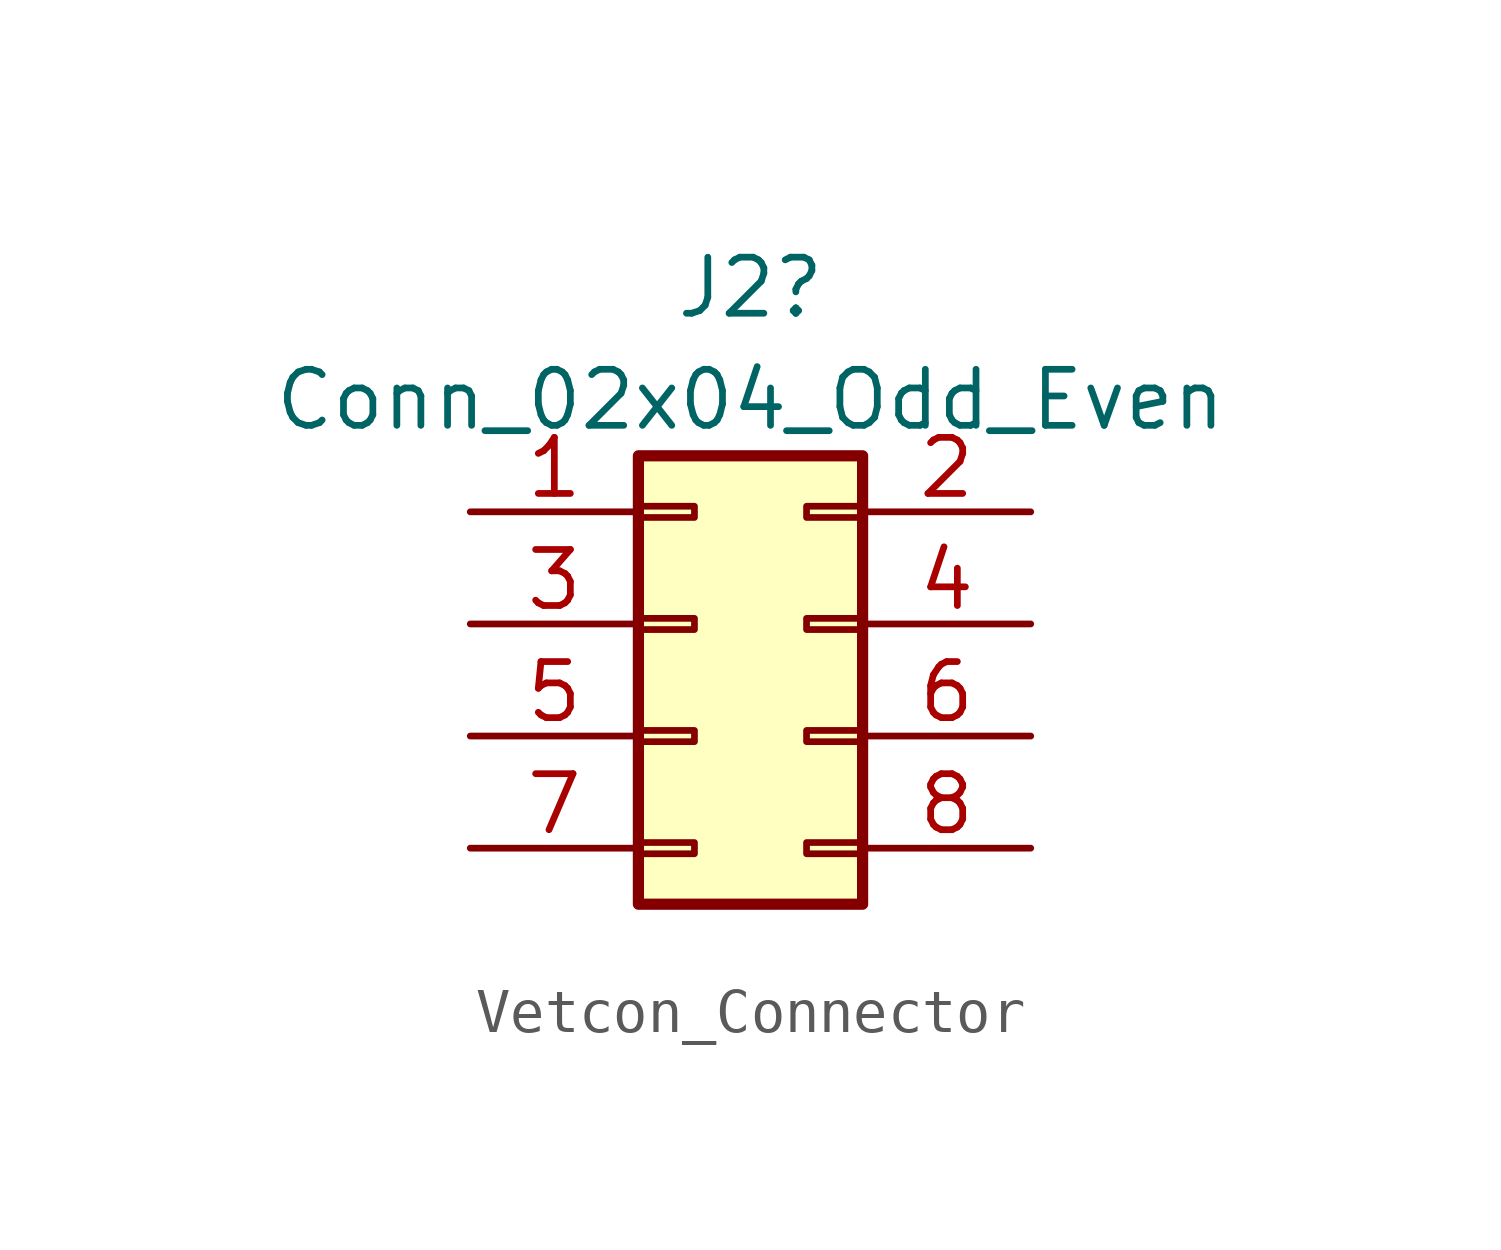
<source format=kicad_sym>
(kicad_symbol_lib
  (version 20220914)
  (generator kicad_symbol_editor)
  (symbol "Vetcon_Connector"
    (pin_names
      (offset 1.016) hide)
    (property "Reference" "J2"
      (at 1.27 7.62 0)
      (effects (font (size 1.27 1.27))))
    (property "Value" "Conn_02x04_Odd_Even"
      (at 1.27 5.08 0)
      (effects (font (size 1.27 1.27))))
    (symbol "Vetcon_Connector_1_1"
      (rectangle (start -1.27 -4.953) (end 0 -5.207) (stroke (width 0.152) (type default)) (fill (type none)))
      (rectangle (start -1.27 -2.413) (end 0 -2.667) (stroke (width 0.152) (type default)) (fill (type none)))
      (rectangle (start -1.27 0.127) (end 0 -0.127) (stroke (width 0.152) (type default)) (fill (type none)))
      (rectangle (start -1.27 2.667) (end 0 2.413) (stroke (width 0.152) (type default)) (fill (type none)))
      (rectangle (start -1.27 3.81) (end 3.81 -6.35) (stroke (width 0.254) (type default)) (fill (type background)))
      (rectangle (start 3.81 -4.953) (end 2.54 -5.207) (stroke (width 0.152) (type default)) (fill (type none)))
      (rectangle (start 3.81 -2.413) (end 2.54 -2.667) (stroke (width 0.152) (type default)) (fill (type none)))
      (rectangle (start 3.81 0.127) (end 2.54 -0.127) (stroke (width 0.152) (type default)) (fill (type none)))
      (rectangle (start 3.81 2.667) (end 2.54 2.413) (stroke (width 0.152) (type default)) (fill (type none)))
      (pin input line (at -5.08 2.54 0) (length 3.81) (name "GND" (effects (font (size 1.27 1.27)))) (number "1" (effects (font (size 1.27 1.27)))))
      (pin input line (at 7.62 2.54 180) (length 3.81) (name "VCC" (effects (font (size 1.27 1.27)))) (number "2" (effects (font (size 1.27 1.27)))))
      (pin input line (at -5.08 0 0) (length 3.81) (name "GPIO_2" (effects (font (size 1.27 1.27)))) (number "3" (effects (font (size 1.27 1.27)))))
      (pin bidirectional line (at 7.62 0 180) (length 3.81) (name "GPIO_1" (effects (font (size 1.27 1.27)))) (number "4" (effects (font (size 1.27 1.27)))))
      (pin input line (at -5.08 -2.54 0) (length 3.81) (name "Future" (effects (font (size 1.27 1.27)))) (number "5" (effects (font (size 1.27 1.27)))))
      (pin input line (at 7.62 -2.54 180) (length 3.81) (name "FUTURE" (effects (font (size 1.27 1.27)))) (number "6" (effects (font (size 1.27 1.27)))))
      (pin input line (at -5.08 -5.08 0) (length 3.81) (name "Future" (effects (font (size 1.27 1.27)))) (number "7" (effects (font (size 1.27 1.27)))))
      (pin input line (at 7.62 -5.08 180) (length 3.81) (name "FUTURE" (effects (font (size 1.27 1.27)))) (number "8" (effects (font (size 1.27 1.27))))))))
</source>
